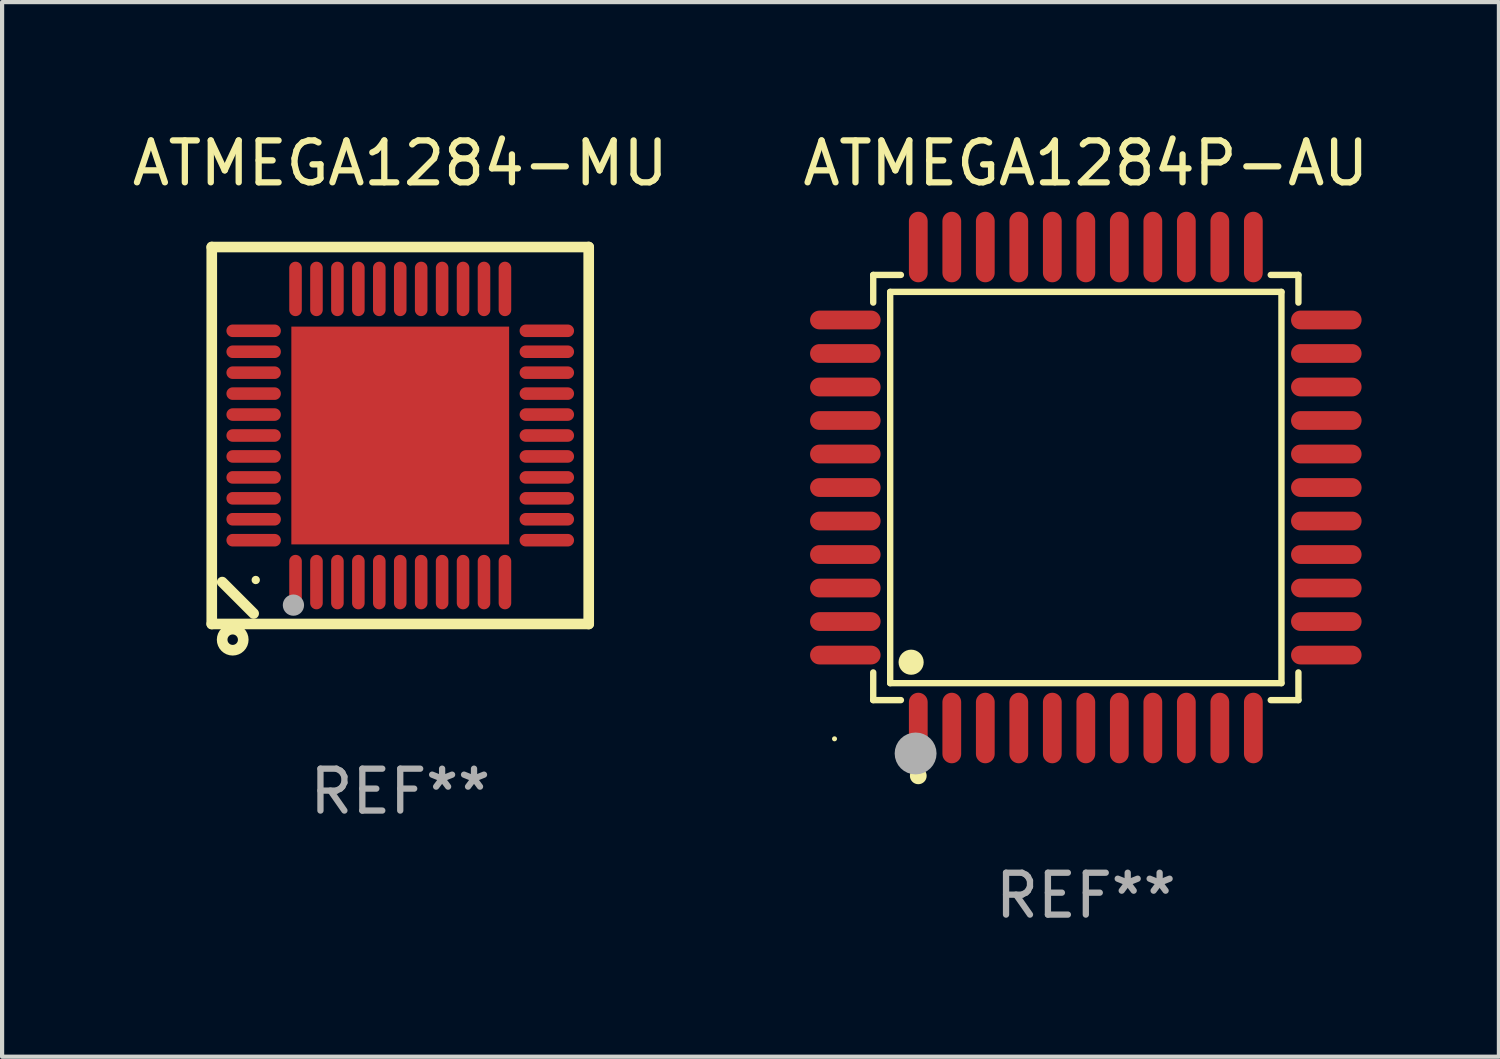
<source format=kicad_pcb>
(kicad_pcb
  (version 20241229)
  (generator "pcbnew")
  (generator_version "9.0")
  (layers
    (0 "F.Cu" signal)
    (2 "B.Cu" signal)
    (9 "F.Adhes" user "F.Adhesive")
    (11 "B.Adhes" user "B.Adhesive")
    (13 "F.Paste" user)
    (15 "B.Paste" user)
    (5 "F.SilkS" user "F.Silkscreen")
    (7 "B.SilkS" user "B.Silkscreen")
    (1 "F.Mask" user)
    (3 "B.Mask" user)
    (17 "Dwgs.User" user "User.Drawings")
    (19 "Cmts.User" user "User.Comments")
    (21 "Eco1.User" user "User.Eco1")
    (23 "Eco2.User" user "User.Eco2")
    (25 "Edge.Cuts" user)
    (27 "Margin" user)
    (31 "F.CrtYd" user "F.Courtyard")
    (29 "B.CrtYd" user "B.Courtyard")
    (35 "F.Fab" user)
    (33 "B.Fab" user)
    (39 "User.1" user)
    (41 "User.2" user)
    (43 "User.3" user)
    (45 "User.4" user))
  (footprint "ATMEGA1284P-AU"
    (layer "F.Cu")
    (at 22.875 8.59)
    (property "Reference" "ATMEGA1284P-AU" (at 0 -7.742 0) (layer "F.SilkS") (effects (font (size 1 1) (thickness 0.15))))
    (attr through_hole)
    (fp_line (start -5.076 -5.076) (end -4.415 -5.076) (stroke (width 0.152) (type solid)) (layer "F.SilkS"))
    (fp_line (start -5.076 -4.415) (end -5.076 -5.076) (stroke (width 0.152) (type solid)) (layer "F.SilkS"))
    (fp_line (start -5.076 4.415) (end -5.076 5.076) (stroke (width 0.152) (type solid)) (layer "F.SilkS"))
    (fp_line (start -5.076 5.076) (end -4.415 5.076) (stroke (width 0.152) (type solid)) (layer "F.SilkS"))
    (fp_line (start -4.671 -4.671) (end 4.671 -4.671) (stroke (width 0.152) (type solid)) (layer "F.SilkS"))
    (fp_line (start -4.671 4.671) (end -4.671 -4.671) (stroke (width 0.152) (type solid)) (layer "F.SilkS"))
    (fp_line (start 4.671 -4.671) (end 4.671 4.671) (stroke (width 0.152) (type solid)) (layer "F.SilkS"))
    (fp_line (start 4.671 4.671) (end -4.671 4.671) (stroke (width 0.152) (type solid)) (layer "F.SilkS"))
    (fp_line (start 5.076 -5.076) (end 4.415 -5.076) (stroke (width 0.152) (type solid)) (layer "F.SilkS"))
    (fp_line (start 5.076 -4.415) (end 5.076 -5.076) (stroke (width 0.152) (type solid)) (layer "F.SilkS"))
    (fp_line (start 5.076 4.415) (end 5.076 5.076) (stroke (width 0.152) (type solid)) (layer "F.SilkS"))
    (fp_line (start 5.076 5.076) (end 4.415 5.076) (stroke (width 0.152) (type solid)) (layer "F.SilkS"))
    (fp_circle (center -6 6) (end -5.97 6) (stroke (width 0.06) (type solid)) (fill no) (layer "F.SilkS"))
    (fp_circle (center -4.171 4.171) (end -4.021 4.171) (stroke (width 0.3) (type solid)) (fill no) (layer "F.SilkS"))
    (fp_circle (center -4 6.884) (end -3.9 6.884) (stroke (width 0.2) (type solid)) (fill no) (layer "F.SilkS"))
    (fp_circle (center -4.064 6.35) (end -3.814 6.35) (stroke (width 0.5) (type solid)) (fill no) (layer "F.Fab"))
    (fp_text user "REF**" (at 0 9.742 0) (layer "F.Fab") (effects (font (size 1 1) (thickness 0.15))))
    (pad "1" smd oval (at -4 5.742) (size 0.448 1.684) (layers "F.Cu" "F.Mask" "F.Paste"))
    (pad "2" smd oval (at -3.2 5.742) (size 0.448 1.684) (layers "F.Cu" "F.Mask" "F.Paste"))
    (pad "3" smd oval (at -2.4 5.742) (size 0.448 1.684) (layers "F.Cu" "F.Mask" "F.Paste"))
    (pad "4" smd oval (at -1.6 5.742) (size 0.448 1.684) (layers "F.Cu" "F.Mask" "F.Paste"))
    (pad "5" smd oval (at -0.8 5.742) (size 0.448 1.684) (layers "F.Cu" "F.Mask" "F.Paste"))
    (pad "6" smd oval (at 0 5.742) (size 0.448 1.684) (layers "F.Cu" "F.Mask" "F.Paste"))
    (pad "7" smd oval (at 0.8 5.742) (size 0.448 1.684) (layers "F.Cu" "F.Mask" "F.Paste"))
    (pad "8" smd oval (at 1.6 5.742) (size 0.448 1.684) (layers "F.Cu" "F.Mask" "F.Paste"))
    (pad "9" smd oval (at 2.4 5.742) (size 0.448 1.684) (layers "F.Cu" "F.Mask" "F.Paste"))
    (pad "10" smd oval (at 3.2 5.742) (size 0.448 1.684) (layers "F.Cu" "F.Mask" "F.Paste"))
    (pad "11" smd oval (at 4 5.742) (size 0.448 1.684) (layers "F.Cu" "F.Mask" "F.Paste"))
    (pad "12" smd oval (at 5.742 4) (size 1.684 0.448) (layers "F.Cu" "F.Mask" "F.Paste"))
    (pad "13" smd oval (at 5.742 3.2) (size 1.684 0.448) (layers "F.Cu" "F.Mask" "F.Paste"))
    (pad "14" smd oval (at 5.742 2.4) (size 1.684 0.448) (layers "F.Cu" "F.Mask" "F.Paste"))
    (pad "15" smd oval (at 5.742 1.6) (size 1.684 0.448) (layers "F.Cu" "F.Mask" "F.Paste"))
    (pad "16" smd oval (at 5.742 0.8) (size 1.684 0.448) (layers "F.Cu" "F.Mask" "F.Paste"))
    (pad "17" smd oval (at 5.742 0) (size 1.684 0.448) (layers "F.Cu" "F.Mask" "F.Paste"))
    (pad "18" smd oval (at 5.742 -0.8) (size 1.684 0.448) (layers "F.Cu" "F.Mask" "F.Paste"))
    (pad "19" smd oval (at 5.742 -1.6) (size 1.684 0.448) (layers "F.Cu" "F.Mask" "F.Paste"))
    (pad "20" smd oval (at 5.742 -2.4) (size 1.684 0.448) (layers "F.Cu" "F.Mask" "F.Paste"))
    (pad "21" smd oval (at 5.742 -3.2) (size 1.684 0.448) (layers "F.Cu" "F.Mask" "F.Paste"))
    (pad "22" smd oval (at 5.742 -4) (size 1.684 0.448) (layers "F.Cu" "F.Mask" "F.Paste"))
    (pad "23" smd oval (at 4 -5.742) (size 0.448 1.684) (layers "F.Cu" "F.Mask" "F.Paste"))
    (pad "24" smd oval (at 3.2 -5.742) (size 0.448 1.684) (layers "F.Cu" "F.Mask" "F.Paste"))
    (pad "25" smd oval (at 2.4 -5.742) (size 0.448 1.684) (layers "F.Cu" "F.Mask" "F.Paste"))
    (pad "26" smd oval (at 1.6 -5.742) (size 0.448 1.684) (layers "F.Cu" "F.Mask" "F.Paste"))
    (pad "27" smd oval (at 0.8 -5.742) (size 0.448 1.684) (layers "F.Cu" "F.Mask" "F.Paste"))
    (pad "28" smd oval (at 0 -5.742) (size 0.448 1.684) (layers "F.Cu" "F.Mask" "F.Paste"))
    (pad "29" smd oval (at -0.8 -5.742) (size 0.448 1.684) (layers "F.Cu" "F.Mask" "F.Paste"))
    (pad "30" smd oval (at -1.6 -5.742) (size 0.448 1.684) (layers "F.Cu" "F.Mask" "F.Paste"))
    (pad "31" smd oval (at -2.4 -5.742) (size 0.448 1.684) (layers "F.Cu" "F.Mask" "F.Paste"))
    (pad "32" smd oval (at -3.2 -5.742) (size 0.448 1.684) (layers "F.Cu" "F.Mask" "F.Paste"))
    (pad "33" smd oval (at -4 -5.742) (size 0.448 1.684) (layers "F.Cu" "F.Mask" "F.Paste"))
    (pad "34" smd oval (at -5.742 -4) (size 1.684 0.448) (layers "F.Cu" "F.Mask" "F.Paste"))
    (pad "35" smd oval (at -5.742 -3.2) (size 1.684 0.448) (layers "F.Cu" "F.Mask" "F.Paste"))
    (pad "36" smd oval (at -5.742 -2.4) (size 1.684 0.448) (layers "F.Cu" "F.Mask" "F.Paste"))
    (pad "37" smd oval (at -5.742 -1.6) (size 1.684 0.448) (layers "F.Cu" "F.Mask" "F.Paste"))
    (pad "38" smd oval (at -5.742 -0.8) (size 1.684 0.448) (layers "F.Cu" "F.Mask" "F.Paste"))
    (pad "39" smd oval (at -5.742 0) (size 1.684 0.448) (layers "F.Cu" "F.Mask" "F.Paste"))
    (pad "40" smd oval (at -5.742 0.8) (size 1.684 0.448) (layers "F.Cu" "F.Mask" "F.Paste"))
    (pad "41" smd oval (at -5.742 1.6) (size 1.684 0.448) (layers "F.Cu" "F.Mask" "F.Paste"))
    (pad "42" smd oval (at -5.742 2.4) (size 1.684 0.448) (layers "F.Cu" "F.Mask" "F.Paste"))
    (pad "43" smd oval (at -5.742 3.2) (size 1.684 0.448) (layers "F.Cu" "F.Mask" "F.Paste"))
    (pad "44" smd oval (at -5.742 4) (size 1.684 0.448) (layers "F.Cu" "F.Mask" "F.Paste")))
  (footprint "ATMEGA1284-MU"
    (layer "F.Cu")
    (at 6.506 7.348)
    (property "Reference" "ATMEGA1284-MU" (at 0 -6.5 0) (layer "F.SilkS") (effects (font (size 1 1) (thickness 0.15))))
    (attr through_hole)
    (fp_line (start -4.5 -4.5) (end -4.5 4.5) (stroke (width 0.254) (type solid)) (layer "F.SilkS"))
    (fp_line (start -4.5 4.5) (end 4.5 4.5) (stroke (width 0.254) (type solid)) (layer "F.SilkS"))
    (fp_line (start -3.5 4.25) (end -4.25 3.5) (stroke (width 0.254) (type solid)) (layer "F.SilkS"))
    (fp_line (start 4.5 -4.5) (end -4.5 -4.5) (stroke (width 0.254) (type solid)) (layer "F.SilkS"))
    (fp_line (start 4.5 4.5) (end 4.5 -4.5) (stroke (width 0.254) (type solid)) (layer "F.SilkS"))
    (fp_circle (center -4 4.875) (end -3.875 4.875) (stroke (width 0.254) (type solid)) (fill no) (layer "F.SilkS"))
    (fp_circle (center -3.45 3.45) (end -3.4 3.45) (stroke (width 0.1) (type solid)) (fill no) (layer "F.SilkS"))
    (fp_circle (center -2.55 4.05) (end -2.423 4.05) (stroke (width 0.254) (type solid)) (fill no) (layer "F.Fab"))
    (fp_text user "REF**" (at 0 8.5 0) (layer "F.Fab") (effects (font (size 1 1) (thickness 0.15))))
    (pad "1" smd oval (at -2.5 3.5 90) (size 1.3 0.3) (layers "F.Cu" "F.Mask" "F.Paste"))
    (pad "2" smd oval (at -2 3.5 90) (size 1.3 0.3) (layers "F.Cu" "F.Mask" "F.Paste"))
    (pad "3" smd oval (at -1.5 3.5 90) (size 1.3 0.3) (layers "F.Cu" "F.Mask" "F.Paste"))
    (pad "4" smd oval (at -1 3.5 90) (size 1.3 0.3) (layers "F.Cu" "F.Mask" "F.Paste"))
    (pad "5" smd oval (at -0.5 3.5 90) (size 1.3 0.3) (layers "F.Cu" "F.Mask" "F.Paste"))
    (pad "6" smd oval (at 0.000025 3.5 90) (size 1.3 0.3) (layers "F.Cu" "F.Mask" "F.Paste"))
    (pad "7" smd oval (at 0.5 3.5 90) (size 1.3 0.3) (layers "F.Cu" "F.Mask" "F.Paste"))
    (pad "8" smd oval (at 1 3.5 90) (size 1.3 0.3) (layers "F.Cu" "F.Mask" "F.Paste"))
    (pad "9" smd oval (at 1.5 3.5 90) (size 1.3 0.3) (layers "F.Cu" "F.Mask" "F.Paste"))
    (pad "10" smd oval (at 2 3.5 90) (size 1.3 0.3) (layers "F.Cu" "F.Mask" "F.Paste"))
    (pad "11" smd oval (at 2.5 3.5 90) (size 1.3 0.3) (layers "F.Cu" "F.Mask" "F.Paste"))
    (pad "12" smd oval (at 3.5 2.5 90) (size 0.3 1.3) (layers "F.Cu" "F.Mask" "F.Paste"))
    (pad "13" smd oval (at 3.5 2 90) (size 0.3 1.3) (layers "F.Cu" "F.Mask" "F.Paste"))
    (pad "14" smd oval (at 3.5 1.5 90) (size 0.3 1.3) (layers "F.Cu" "F.Mask" "F.Paste"))
    (pad "15" smd oval (at 3.5 1 90) (size 0.3 1.3) (layers "F.Cu" "F.Mask" "F.Paste"))
    (pad "16" smd oval (at 3.5 0.5 90) (size 0.3 1.3) (layers "F.Cu" "F.Mask" "F.Paste"))
    (pad "17" smd oval (at 3.5 0.000025 90) (size 0.3 1.3) (layers "F.Cu" "F.Mask" "F.Paste"))
    (pad "18" smd oval (at 3.5 -0.5 90) (size 0.3 1.3) (layers "F.Cu" "F.Mask" "F.Paste"))
    (pad "19" smd oval (at 3.5 -1 90) (size 0.3 1.3) (layers "F.Cu" "F.Mask" "F.Paste"))
    (pad "20" smd oval (at 3.5 -1.5 90) (size 0.3 1.3) (layers "F.Cu" "F.Mask" "F.Paste"))
    (pad "21" smd oval (at 3.5 -2 90) (size 0.3 1.3) (layers "F.Cu" "F.Mask" "F.Paste"))
    (pad "22" smd oval (at 3.5 -2.5 90) (size 0.3 1.3) (layers "F.Cu" "F.Mask" "F.Paste"))
    (pad "23" smd oval (at 2.5 -3.5 90) (size 1.3 0.3) (layers "F.Cu" "F.Mask" "F.Paste"))
    (pad "24" smd oval (at 2 -3.5 90) (size 1.3 0.3) (layers "F.Cu" "F.Mask" "F.Paste"))
    (pad "25" smd oval (at 1.5 -3.5 90) (size 1.3 0.3) (layers "F.Cu" "F.Mask" "F.Paste"))
    (pad "26" smd oval (at 1 -3.5 90) (size 1.3 0.3) (layers "F.Cu" "F.Mask" "F.Paste"))
    (pad "27" smd oval (at 0.5 -3.5 90) (size 1.3 0.3) (layers "F.Cu" "F.Mask" "F.Paste"))
    (pad "28" smd oval (at 0.000025 -3.5 90) (size 1.3 0.3) (layers "F.Cu" "F.Mask" "F.Paste"))
    (pad "29" smd oval (at -0.5 -3.5 90) (size 1.3 0.3) (layers "F.Cu" "F.Mask" "F.Paste"))
    (pad "30" smd oval (at -1 -3.5 90) (size 1.3 0.3) (layers "F.Cu" "F.Mask" "F.Paste"))
    (pad "31" smd oval (at -1.5 -3.5 90) (size 1.3 0.3) (layers "F.Cu" "F.Mask" "F.Paste"))
    (pad "32" smd oval (at -2 -3.5 90) (size 1.3 0.3) (layers "F.Cu" "F.Mask" "F.Paste"))
    (pad "33" smd oval (at -2.5 -3.5 90) (size 1.3 0.3) (layers "F.Cu" "F.Mask" "F.Paste"))
    (pad "34" smd oval (at -3.5 -2.5 90) (size 0.3 1.3) (layers "F.Cu" "F.Mask" "F.Paste"))
    (pad "35" smd oval (at -3.5 -2 90) (size 0.3 1.3) (layers "F.Cu" "F.Mask" "F.Paste"))
    (pad "36" smd oval (at -3.5 -1.5 90) (size 0.3 1.3) (layers "F.Cu" "F.Mask" "F.Paste"))
    (pad "37" smd oval (at -3.5 -1 90) (size 0.3 1.3) (layers "F.Cu" "F.Mask" "F.Paste"))
    (pad "38" smd oval (at -3.5 -0.5 90) (size 0.3 1.3) (layers "F.Cu" "F.Mask" "F.Paste"))
    (pad "39" smd oval (at -3.5 0.000025 90) (size 0.3 1.3) (layers "F.Cu" "F.Mask" "F.Paste"))
    (pad "40" smd oval (at -3.5 0.5 90) (size 0.3 1.3) (layers "F.Cu" "F.Mask" "F.Paste"))
    (pad "41" smd oval (at -3.5 1 90) (size 0.3 1.3) (layers "F.Cu" "F.Mask" "F.Paste"))
    (pad "42" smd oval (at -3.5 1.5 90) (size 0.3 1.3) (layers "F.Cu" "F.Mask" "F.Paste"))
    (pad "43" smd oval (at -3.5 2 90) (size 0.3 1.3) (layers "F.Cu" "F.Mask" "F.Paste"))
    (pad "44" smd oval (at -3.5 2.5 90) (size 0.3 1.3) (layers "F.Cu" "F.Mask" "F.Paste"))
    (pad "45" smd rect (at 0.000025 0.000025 90) (size 5.2 5.2) (layers "F.Cu" "F.Mask" "F.Paste")))
  (gr_rect
    (start -3 -3)
    (end 32.738 22.18)
    (stroke (width 0.1) (type default))
    (fill no)
    (layer "Edge.Cuts")))
</source>
